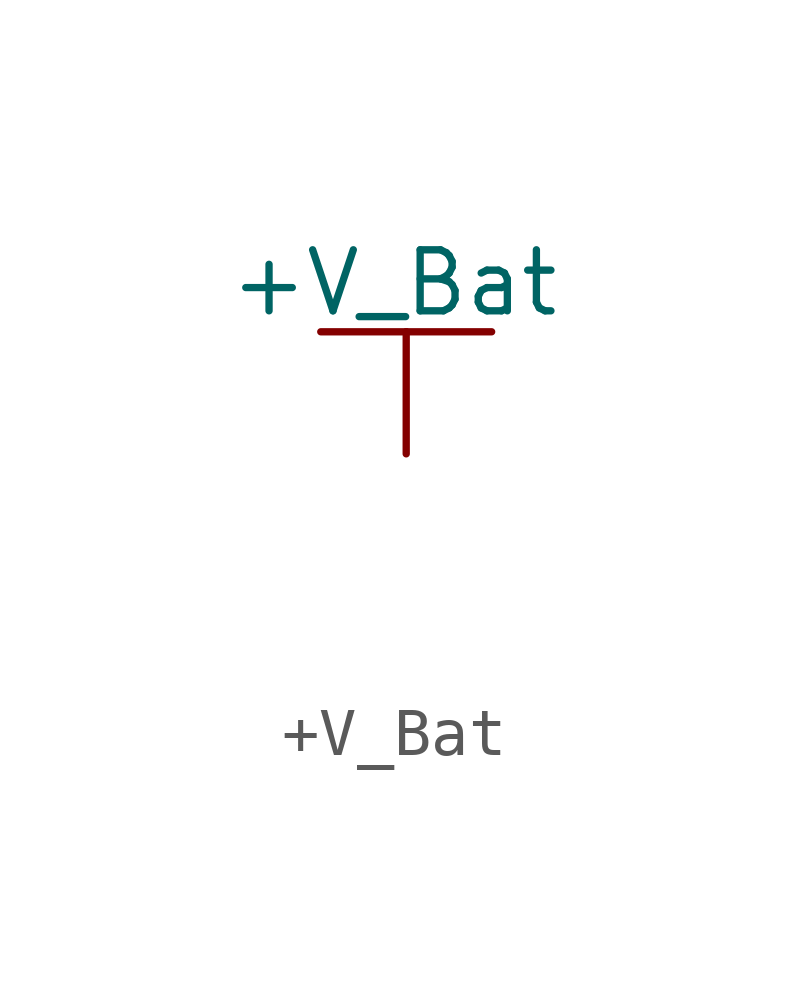
<source format=kicad_sym>
(kicad_symbol_lib
  (version 20220914)
  (generator kicad_symbol_editor)
  (symbol "+V_Bat"
    (power)
    (pin_numbers hide)
    (pin_names
      (offset 0) hide)
    (property "Reference" "#PWR"
      (at 0 -3.81 0)
      (effects (font (size 1.27 1.27)) hide))
    (property "Value" "+V_Bat"
      (at -0.254 3.556 0)
      (effects (font (size 1.27 1.27))))
    (property "Footprint" ""
      (at 0 0 0)
      (effects (font (size 1.524 1.524))))
    (property "Datasheet" ""
      (at 0 -3.81 0)
      (effects (font (size 1.524 1.524))))
    (symbol "+V_Bat_0_1"
      (polyline (pts (xy -1.778 2.54) (xy 0 2.54)) (stroke (width 0) (type default)) (fill (type none)))
      (polyline (pts (xy 0 0) (xy 0 2.54)) (stroke (width 0) (type default)) (fill (type none)))
      (polyline (pts (xy 0 2.54) (xy 1.778 2.54)) (stroke (width 0) (type default)) (fill (type none))))
    (symbol "+V_Bat_1_1"
      (pin power_in line (at 0 0 90) (length 0) hide (name "+V_Bat" (effects (font (size 1.27 1.27)))) (number "1" (effects (font (size 1.27 1.27))))))))
</source>
